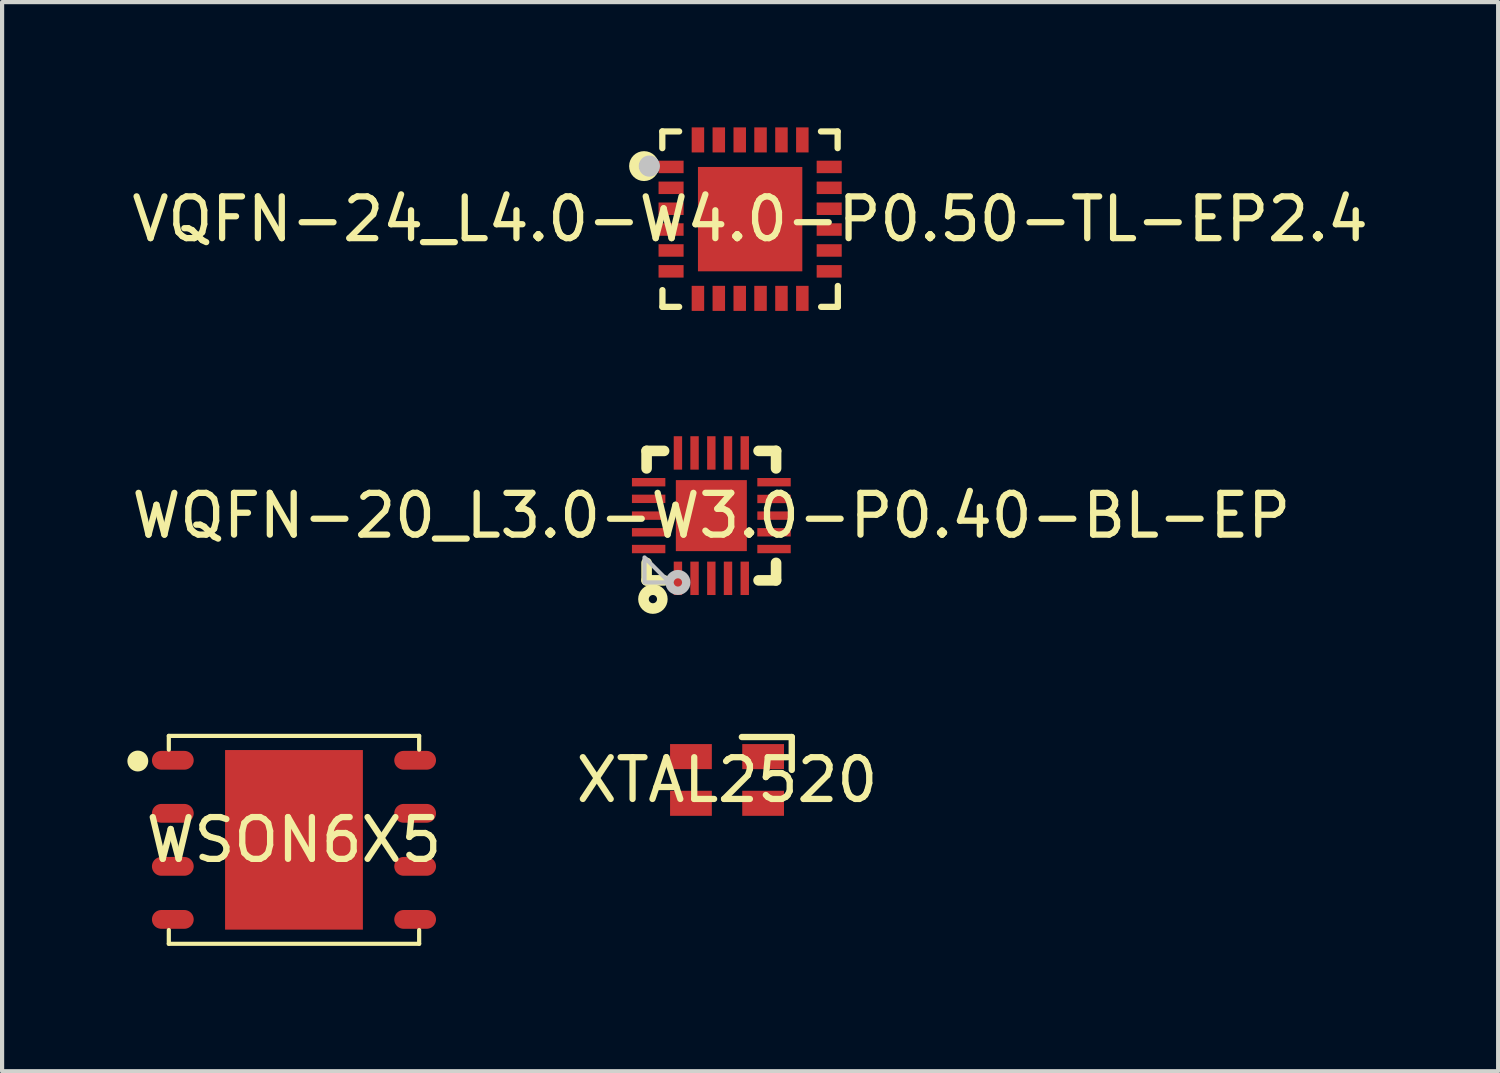
<source format=kicad_pcb>
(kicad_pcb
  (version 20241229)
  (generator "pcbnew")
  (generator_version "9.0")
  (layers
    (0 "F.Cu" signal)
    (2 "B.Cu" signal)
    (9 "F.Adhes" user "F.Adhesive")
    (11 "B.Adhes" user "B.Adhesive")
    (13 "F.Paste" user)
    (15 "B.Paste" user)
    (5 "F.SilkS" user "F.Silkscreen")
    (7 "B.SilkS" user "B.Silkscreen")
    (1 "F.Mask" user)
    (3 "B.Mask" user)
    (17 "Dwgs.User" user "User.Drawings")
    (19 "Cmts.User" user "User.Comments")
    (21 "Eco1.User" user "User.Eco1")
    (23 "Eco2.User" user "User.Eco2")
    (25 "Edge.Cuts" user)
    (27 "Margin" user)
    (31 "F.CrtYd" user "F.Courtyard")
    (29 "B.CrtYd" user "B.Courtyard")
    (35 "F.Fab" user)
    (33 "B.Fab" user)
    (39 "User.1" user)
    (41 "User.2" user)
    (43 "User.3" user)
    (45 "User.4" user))
  (footprint "XTAL2520"
    (layer "F.Cu")
    (at 14.358 15.625)
    (property "Reference" "XTAL2520" (at 0 0 0) (layer "F.SilkS") (effects (font (size 1 1) (thickness 0.15))))
    (fp_line (start 1.55 -1.028) (end 0.355 -1.028) (stroke (width 0.152) (type default)) (layer "F.SilkS"))
    (fp_line (start 1.55 -0.241) (end 1.55 -1.028) (stroke (width 0.152) (type default)) (layer "F.SilkS"))
    (pad "1" smd rect (at 0.864 -0.559 180) (size 1 0.6) (layers "F.Cu" "F.Mask" "F.Paste"))
    (pad "2" smd rect (at -0.864 -0.559 180) (size 1 0.6) (layers "F.Cu" "F.Mask" "F.Paste"))
    (pad "3" smd rect (at -0.864 0.559 180) (size 1 0.6) (layers "F.Cu" "F.Mask" "F.Paste"))
    (pad "4" smd rect (at 0.864 0.559 180) (size 1 0.6) (layers "F.Cu" "F.Mask" "F.Paste")))
  (footprint "WQFN-20_L3.0-W3.0-P0.40-BL-EP"
    (layer "F.Cu")
    (at 13.982 9.296)
    (property "Reference" "WQFN-20_L3.0-W3.0-P0.40-BL-EP" (at 0 0 0) (layer "F.SilkS") (effects (font (size 1 1) (thickness 0.15))))
    (fp_line (start -1.55 -1.131) (end -1.55 -1.55) (stroke (width 0.254) (type default)) (layer "F.SilkS"))
    (fp_line (start -1.55 1.55) (end -1.55 1.131) (stroke (width 0.254) (type default)) (layer "F.SilkS"))
    (fp_line (start -1.55 1.55) (end -1.131 1.55) (stroke (width 0.254) (type default)) (layer "F.SilkS"))
    (fp_line (start -1.131 -1.55) (end -1.55 -1.55) (stroke (width 0.254) (type default)) (layer "F.SilkS"))
    (fp_line (start 1.131 1.55) (end 1.55 1.55) (stroke (width 0.254) (type default)) (layer "F.SilkS"))
    (fp_line (start 1.55 -1.55) (end 1.131 -1.55) (stroke (width 0.254) (type default)) (layer "F.SilkS"))
    (fp_line (start 1.55 -1.55) (end 1.55 -1.131) (stroke (width 0.254) (type default)) (layer "F.SilkS"))
    (fp_line (start 1.55 1.131) (end 1.55 1.55) (stroke (width 0.254) (type default)) (layer "F.SilkS"))
    (fp_circle (center -1.399 1.999) (end -1.3 1.999) (stroke (width 0.254) (type default)) (fill no) (layer "F.SilkS"))
    (fp_circle (center -0.8 1.6) (end -0.701 1.6) (stroke (width 0.201) (type default)) (fill no) (layer "Dwgs.User"))
    (fp_poly (pts (xy -1.6 1.6) (xy -1.6 1.001) (xy -1.001 1.6)) (stroke (width 0.1) (type default)) (fill no) (layer "Dwgs.User"))
    (fp_poly (pts (xy -1.501 -0.701) (xy -1.501 -0.899) (xy -1.1 -0.899) (xy -1.1 -0.701)) (stroke (width 0.1) (type default)) (fill no) (layer "User.1"))
    (fp_poly (pts (xy -1.501 -0.299) (xy -1.501 -0.5) (xy -1.1 -0.5) (xy -1.1 -0.299)) (stroke (width 0.1) (type default)) (fill no) (layer "User.1"))
    (fp_poly (pts (xy -1.501 0.099) (xy -1.501 -0.099) (xy -1.1 -0.099) (xy -1.1 0.099)) (stroke (width 0.1) (type default)) (fill no) (layer "User.1"))
    (fp_poly (pts (xy -1.501 0.5) (xy -1.501 0.299) (xy -1.1 0.299) (xy -1.1 0.5)) (stroke (width 0.1) (type default)) (fill no) (layer "User.1"))
    (fp_poly (pts (xy -1.501 0.899) (xy -1.501 0.701) (xy -1.1 0.701) (xy -1.1 0.899)) (stroke (width 0.1) (type default)) (fill no) (layer "User.1"))
    (fp_poly (pts (xy -0.851 0.851) (xy -0.851 -0.851) (xy 0.851 -0.851) (xy 0.851 0.851)) (stroke (width 0.1) (type default)) (fill no) (layer "User.1"))
    (fp_poly (pts (xy -0.701 -1.1) (xy -0.899 -1.1) (xy -0.899 -1.501) (xy -0.701 -1.501)) (stroke (width 0.1) (type default)) (fill no) (layer "User.1"))
    (fp_poly (pts (xy -0.701 1.498) (xy -0.899 1.498) (xy -0.899 1.1) (xy -0.701 1.1)) (stroke (width 0.1) (type default)) (fill no) (layer "User.1"))
    (fp_poly (pts (xy -0.299 -1.1) (xy -0.5 -1.1) (xy -0.5 -1.501) (xy -0.299 -1.501)) (stroke (width 0.1) (type default)) (fill no) (layer "User.1"))
    (fp_poly (pts (xy -0.299 1.498) (xy -0.5 1.498) (xy -0.5 1.1) (xy -0.299 1.1)) (stroke (width 0.1) (type default)) (fill no) (layer "User.1"))
    (fp_poly (pts (xy 0.099 -1.1) (xy -0.099 -1.1) (xy -0.099 -1.501) (xy 0.099 -1.501)) (stroke (width 0.1) (type default)) (fill no) (layer "User.1"))
    (fp_poly (pts (xy 0.099 1.498) (xy -0.099 1.498) (xy -0.099 1.1) (xy 0.099 1.1)) (stroke (width 0.1) (type default)) (fill no) (layer "User.1"))
    (fp_poly (pts (xy 0.5 -1.1) (xy 0.299 -1.1) (xy 0.299 -1.501) (xy 0.5 -1.501)) (stroke (width 0.1) (type default)) (fill no) (layer "User.1"))
    (fp_poly (pts (xy 0.5 1.498) (xy 0.299 1.498) (xy 0.299 1.1) (xy 0.5 1.1)) (stroke (width 0.1) (type default)) (fill no) (layer "User.1"))
    (fp_poly (pts (xy 0.899 -1.1) (xy 0.701 -1.1) (xy 0.701 -1.501) (xy 0.899 -1.501)) (stroke (width 0.1) (type default)) (fill no) (layer "User.1"))
    (fp_poly (pts (xy 0.899 1.498) (xy 0.701 1.498) (xy 0.701 1.1) (xy 0.899 1.1)) (stroke (width 0.1) (type default)) (fill no) (layer "User.1"))
    (fp_poly (pts (xy 1.501 -0.899) (xy 1.501 -0.701) (xy 1.1 -0.701) (xy 1.1 -0.899)) (stroke (width 0.1) (type default)) (fill no) (layer "User.1"))
    (fp_poly (pts (xy 1.501 -0.5) (xy 1.501 -0.299) (xy 1.1 -0.299) (xy 1.1 -0.5)) (stroke (width 0.1) (type default)) (fill no) (layer "User.1"))
    (fp_poly (pts (xy 1.501 -0.099) (xy 1.501 0.099) (xy 1.1 0.099) (xy 1.1 -0.099)) (stroke (width 0.1) (type default)) (fill no) (layer "User.1"))
    (fp_poly (pts (xy 1.501 0.299) (xy 1.501 0.5) (xy 1.1 0.5) (xy 1.1 0.299)) (stroke (width 0.1) (type default)) (fill no) (layer "User.1"))
    (fp_poly (pts (xy 1.501 0.701) (xy 1.501 0.899) (xy 1.1 0.899) (xy 1.1 0.701)) (stroke (width 0.1) (type default)) (fill no) (layer "User.1"))
    (fp_line (start -1.501 -1.501) (end 1.501 -1.501) (stroke (width 0.051) (type default)) (layer "User.2"))
    (fp_line (start -1.501 1.498) (end -1.501 -1.501) (stroke (width 0.051) (type default)) (layer "User.2"))
    (fp_line (start 1.501 -1.501) (end 1.501 1.498) (stroke (width 0.051) (type default)) (layer "User.2"))
    (fp_line (start 1.501 1.498) (end -1.501 1.498) (stroke (width 0.051) (type default)) (layer "User.2"))
    (fp_poly (pts (xy -1.44 1.498) (xy -1.458 1.455) (xy -1.501 1.438) (xy -1.544 1.455) (xy -1.562 1.498) (xy -1.544 1.542) (xy -1.501 1.56) (xy -1.458 1.542)) (stroke (width 0.1) (type default)) (fill no) (layer "User.3"))
    (pad "1" smd rect (at -0.8 1.501 180) (size 0.201 0.8) (layers "F.Cu" "F.Mask" "F.Paste"))
    (pad "2" smd rect (at -0.402 1.501 180) (size 0.201 0.8) (layers "F.Cu" "F.Mask" "F.Paste"))
    (pad "3" smd rect (at 0 1.501 180) (size 0.201 0.8) (layers "F.Cu" "F.Mask" "F.Paste"))
    (pad "4" smd rect (at 0.399 1.501 180) (size 0.201 0.8) (layers "F.Cu" "F.Mask" "F.Paste"))
    (pad "5" smd rect (at 0.8 1.501 180) (size 0.201 0.8) (layers "F.Cu" "F.Mask" "F.Paste"))
    (pad "6" smd rect (at 1.501 0.8 90) (size 0.201 0.8) (layers "F.Cu" "F.Mask" "F.Paste"))
    (pad "7" smd rect (at 1.501 0.399 90) (size 0.201 0.8) (layers "F.Cu" "F.Mask" "F.Paste"))
    (pad "8" smd rect (at 1.501 0 90) (size 0.201 0.8) (layers "F.Cu" "F.Mask" "F.Paste"))
    (pad "9" smd rect (at 1.501 -0.399 90) (size 0.201 0.8) (layers "F.Cu" "F.Mask" "F.Paste"))
    (pad "10" smd rect (at 1.501 -0.8 90) (size 0.201 0.8) (layers "F.Cu" "F.Mask" "F.Paste"))
    (pad "11" smd rect (at 0.8 -1.501 180) (size 0.201 0.8) (layers "F.Cu" "F.Mask" "F.Paste"))
    (pad "12" smd rect (at 0.399 -1.501 180) (size 0.201 0.8) (layers "F.Cu" "F.Mask" "F.Paste"))
    (pad "13" smd rect (at 0 -1.501 180) (size 0.201 0.8) (layers "F.Cu" "F.Mask" "F.Paste"))
    (pad "14" smd rect (at -0.402 -1.501 180) (size 0.201 0.8) (layers "F.Cu" "F.Mask" "F.Paste"))
    (pad "15" smd rect (at -0.8 -1.501 180) (size 0.201 0.8) (layers "F.Cu" "F.Mask" "F.Paste"))
    (pad "16" smd rect (at -1.501 -0.8 270) (size 0.201 0.8) (layers "F.Cu" "F.Mask" "F.Paste"))
    (pad "17" smd rect (at -1.501 -0.402 270) (size 0.201 0.8) (layers "F.Cu" "F.Mask" "F.Paste"))
    (pad "18" smd rect (at -1.501 0 270) (size 0.201 0.8) (layers "F.Cu" "F.Mask" "F.Paste"))
    (pad "19" smd rect (at -1.501 0.399 270) (size 0.201 0.8) (layers "F.Cu" "F.Mask" "F.Paste"))
    (pad "20" smd rect (at -1.501 0.8 270) (size 0.201 0.8) (layers "F.Cu" "F.Mask" "F.Paste"))
    (pad "21" smd rect (at 0 0 270) (size 1.7 1.7) (layers "F.Cu" "F.Mask" "F.Paste")))
  (footprint "VQFN-24_L4.0-W4.0-P0.50-TL-EP2.4"
    (layer "F.Cu")
    (at 14.911 2.197)
    (property "Reference" "VQFN-24_L4.0-W4.0-P0.50-TL-EP2.4" (at 0 0 0) (layer "F.SilkS") (effects (font (size 1 1) (thickness 0.15))))
    (fp_line (start -2.103 -2.1) (end -1.7 -2.1) (stroke (width 0.15) (type default)) (layer "F.SilkS"))
    (fp_line (start -2.103 -1.7) (end -2.103 -2.1) (stroke (width 0.15) (type default)) (layer "F.SilkS"))
    (fp_line (start -2.1 1.7) (end -2.1 2.1) (stroke (width 0.15) (type default)) (layer "F.SilkS"))
    (fp_line (start -2.1 2.1) (end -1.7 2.1) (stroke (width 0.15) (type default)) (layer "F.SilkS"))
    (fp_line (start 1.696 -2.1) (end 2.095 -2.1) (stroke (width 0.15) (type default)) (layer "F.SilkS"))
    (fp_line (start 2.095 -2.1) (end 2.095 -1.7) (stroke (width 0.15) (type default)) (layer "F.SilkS"))
    (fp_line (start 2.1 1.6) (end 2.1 2.1) (stroke (width 0.15) (type default)) (layer "F.SilkS"))
    (fp_line (start 2.1 2.1) (end 1.7 2.1) (stroke (width 0.15) (type default)) (layer "F.SilkS"))
    (fp_circle (center -2.54 -1.27) (end -2.421 -1.27) (stroke (width 0.239) (type default)) (fill no) (layer "F.SilkS"))
    (fp_circle (center -2.413 -1.27) (end -2.286 -1.27) (stroke (width 0.254) (type default)) (fill no) (layer "Dwgs.User"))
    (fp_poly (pts (xy -1.999 -1.374) (xy -1.6 -1.374) (xy -1.6 -1.123) (xy -1.999 -1.123)) (stroke (width 0.1) (type default)) (fill no) (layer "User.1"))
    (fp_poly (pts (xy -1.999 -0.874) (xy -1.6 -0.874) (xy -1.6 -0.623) (xy -1.999 -0.623)) (stroke (width 0.1) (type default)) (fill no) (layer "User.1"))
    (fp_poly (pts (xy -1.999 -0.373) (xy -1.6 -0.373) (xy -1.6 -0.124) (xy -1.999 -0.124)) (stroke (width 0.1) (type default)) (fill no) (layer "User.1"))
    (fp_poly (pts (xy -1.999 0.127) (xy -1.6 0.127) (xy -1.6 0.376) (xy -1.999 0.376)) (stroke (width 0.1) (type default)) (fill no) (layer "User.1"))
    (fp_poly (pts (xy -1.999 0.627) (xy -1.6 0.627) (xy -1.6 0.876) (xy -1.999 0.876)) (stroke (width 0.1) (type default)) (fill no) (layer "User.1"))
    (fp_poly (pts (xy -1.999 1.128) (xy -1.6 1.128) (xy -1.6 1.377) (xy -1.999 1.377)) (stroke (width 0.1) (type default)) (fill no) (layer "User.1"))
    (fp_poly (pts (xy -1.374 1.999) (xy -1.374 1.6) (xy -1.125 1.6) (xy -1.125 1.999)) (stroke (width 0.1) (type default)) (fill no) (layer "User.1"))
    (fp_poly (pts (xy -1.25 -1.25) (xy 1.25 -1.25) (xy 1.25 1.25) (xy -1.25 1.25)) (stroke (width 0.1) (type default)) (fill no) (layer "User.1"))
    (fp_poly (pts (xy -1.125 -1.999) (xy -1.125 -1.597) (xy -1.377 -1.597) (xy -1.377 -1.999)) (stroke (width 0.1) (type default)) (fill no) (layer "User.1"))
    (fp_poly (pts (xy -0.876 1.999) (xy -0.876 1.6) (xy -0.625 1.6) (xy -0.625 1.999)) (stroke (width 0.1) (type default)) (fill no) (layer "User.1"))
    (fp_poly (pts (xy -0.627 -1.999) (xy -0.627 -1.597) (xy -0.876 -1.597) (xy -0.876 -1.999)) (stroke (width 0.1) (type default)) (fill no) (layer "User.1"))
    (fp_poly (pts (xy -0.376 1.999) (xy -0.376 1.6) (xy -0.124 1.6) (xy -0.124 1.999)) (stroke (width 0.1) (type default)) (fill no) (layer "User.1"))
    (fp_poly (pts (xy -0.127 -1.999) (xy -0.127 -1.597) (xy -0.376 -1.597) (xy -0.376 -1.999)) (stroke (width 0.1) (type default)) (fill no) (layer "User.1"))
    (fp_poly (pts (xy 0.124 1.999) (xy 0.124 1.6) (xy 0.376 1.6) (xy 0.376 1.999)) (stroke (width 0.1) (type default)) (fill no) (layer "User.1"))
    (fp_poly (pts (xy 0.373 -1.999) (xy 0.373 -1.597) (xy 0.124 -1.597) (xy 0.124 -1.999)) (stroke (width 0.1) (type default)) (fill no) (layer "User.1"))
    (fp_poly (pts (xy 0.625 1.999) (xy 0.625 1.6) (xy 0.876 1.6) (xy 0.876 1.999)) (stroke (width 0.1) (type default)) (fill no) (layer "User.1"))
    (fp_poly (pts (xy 0.874 -1.999) (xy 0.874 -1.597) (xy 0.623 -1.597) (xy 0.623 -1.999)) (stroke (width 0.1) (type default)) (fill no) (layer "User.1"))
    (fp_poly (pts (xy 1.125 1.999) (xy 1.125 1.6) (xy 1.374 1.6) (xy 1.374 1.999)) (stroke (width 0.1) (type default)) (fill no) (layer "User.1"))
    (fp_poly (pts (xy 1.374 -1.999) (xy 1.374 -1.597) (xy 1.123 -1.597) (xy 1.123 -1.999)) (stroke (width 0.1) (type default)) (fill no) (layer "User.1"))
    (fp_poly (pts (xy 1.999 -1.125) (xy 1.597 -1.125) (xy 1.597 -1.374) (xy 1.999 -1.374)) (stroke (width 0.1) (type default)) (fill no) (layer "User.1"))
    (fp_poly (pts (xy 1.999 -0.625) (xy 1.597 -0.625) (xy 1.597 -0.874) (xy 1.999 -0.874)) (stroke (width 0.1) (type default)) (fill no) (layer "User.1"))
    (fp_poly (pts (xy 1.999 -0.124) (xy 1.597 -0.124) (xy 1.597 -0.376) (xy 1.999 -0.376)) (stroke (width 0.1) (type default)) (fill no) (layer "User.1"))
    (fp_poly (pts (xy 1.999 0.376) (xy 1.597 0.376) (xy 1.597 0.124) (xy 1.999 0.124)) (stroke (width 0.1) (type default)) (fill no) (layer "User.1"))
    (fp_poly (pts (xy 1.999 0.876) (xy 1.597 0.876) (xy 1.597 0.625) (xy 1.999 0.625)) (stroke (width 0.1) (type default)) (fill no) (layer "User.1"))
    (fp_poly (pts (xy 1.999 1.374) (xy 1.597 1.374) (xy 1.597 1.125) (xy 1.999 1.125)) (stroke (width 0.1) (type default)) (fill no) (layer "User.1"))
    (fp_line (start -1.999 -1.999) (end 1.999 -1.999) (stroke (width 0.051) (type default)) (layer "User.2"))
    (fp_line (start -1.999 1.999) (end -1.999 -1.999) (stroke (width 0.051) (type default)) (layer "User.2"))
    (fp_line (start 1.999 -1.999) (end 1.999 1.999) (stroke (width 0.051) (type default)) (layer "User.2"))
    (fp_line (start 1.999 1.999) (end -1.999 1.999) (stroke (width 0.051) (type default)) (layer "User.2"))
    (fp_poly (pts (xy -1.938 -1.999) (xy -1.956 -2.042) (xy -1.999 -2.06) (xy -2.042 -2.042) (xy -2.06 -1.999) (xy -2.042 -1.956) (xy -1.999 -1.938) (xy -1.956 -1.956)) (stroke (width 0.1) (type default)) (fill no) (layer "User.3"))
    (pad "1" smd rect (at -1.893 -1.25 90) (size 0.299 0.6) (layers "F.Cu" "F.Mask" "F.Paste"))
    (pad "2" smd rect (at -1.893 -0.75 90) (size 0.299 0.6) (layers "F.Cu" "F.Mask" "F.Paste"))
    (pad "3" smd rect (at -1.893 -0.249 90) (size 0.299 0.6) (layers "F.Cu" "F.Mask" "F.Paste"))
    (pad "4" smd rect (at -1.893 0.249 90) (size 0.299 0.6) (layers "F.Cu" "F.Mask" "F.Paste"))
    (pad "5" smd rect (at -1.893 0.75 90) (size 0.299 0.6) (layers "F.Cu" "F.Mask" "F.Paste"))
    (pad "6" smd rect (at -1.893 1.25 90) (size 0.299 0.6) (layers "F.Cu" "F.Mask" "F.Paste"))
    (pad "7" smd rect (at -1.25 1.897 180) (size 0.299 0.6) (layers "F.Cu" "F.Mask" "F.Paste"))
    (pad "8" smd rect (at -0.75 1.897 180) (size 0.299 0.6) (layers "F.Cu" "F.Mask" "F.Paste"))
    (pad "9" smd rect (at -0.249 1.897 180) (size 0.299 0.6) (layers "F.Cu" "F.Mask" "F.Paste"))
    (pad "10" smd rect (at 0.249 1.897 180) (size 0.299 0.6) (layers "F.Cu" "F.Mask" "F.Paste"))
    (pad "11" smd rect (at 0.75 1.897 180) (size 0.299 0.6) (layers "F.Cu" "F.Mask" "F.Paste"))
    (pad "12" smd rect (at 1.25 1.897 180) (size 0.299 0.6) (layers "F.Cu" "F.Mask" "F.Paste"))
    (pad "13" smd rect (at 1.893 1.25 270) (size 0.299 0.6) (layers "F.Cu" "F.Mask" "F.Paste"))
    (pad "14" smd rect (at 1.893 0.75 270) (size 0.299 0.6) (layers "F.Cu" "F.Mask" "F.Paste"))
    (pad "15" smd rect (at 1.893 0.249 270) (size 0.299 0.6) (layers "F.Cu" "F.Mask" "F.Paste"))
    (pad "16" smd rect (at 1.893 -0.249 270) (size 0.299 0.6) (layers "F.Cu" "F.Mask" "F.Paste"))
    (pad "17" smd rect (at 1.893 -0.75 270) (size 0.299 0.6) (layers "F.Cu" "F.Mask" "F.Paste"))
    (pad "18" smd rect (at 1.893 -1.25 270) (size 0.299 0.6) (layers "F.Cu" "F.Mask" "F.Paste"))
    (pad "19" smd rect (at 1.25 -1.897) (size 0.299 0.6) (layers "F.Cu" "F.Mask" "F.Paste"))
    (pad "20" smd rect (at 0.75 -1.897) (size 0.299 0.6) (layers "F.Cu" "F.Mask" "F.Paste"))
    (pad "21" smd rect (at 0.249 -1.897) (size 0.299 0.6) (layers "F.Cu" "F.Mask" "F.Paste"))
    (pad "22" smd rect (at -0.249 -1.897) (size 0.299 0.6) (layers "F.Cu" "F.Mask" "F.Paste"))
    (pad "23" smd rect (at -0.75 -1.897) (size 0.299 0.6) (layers "F.Cu" "F.Mask" "F.Paste"))
    (pad "24" smd rect (at -1.25 -1.897) (size 0.299 0.6) (layers "F.Cu" "F.Mask" "F.Paste"))
    (pad "25" smd rect (at 0 0) (size 2.499 2.499) (layers "F.Cu" "F.Mask" "F.Paste")))
  (footprint "WSON6X5"
    (layer "F.Cu")
    (at 3.989 17.059)
    (property "Reference" "WSON6X5" (at 0 0 0) (layer "F.SilkS") (effects (font (size 1 1) (thickness 0.15))))
    (fp_line (start -2.997 -2.489) (end -2.997 -2.159) (stroke (width 0.1) (type default)) (layer "F.SilkS"))
    (fp_line (start -2.997 2.159) (end -2.997 2.489) (stroke (width 0.1) (type default)) (layer "F.SilkS"))
    (fp_line (start 2.997 -2.489) (end -2.997 -2.489) (stroke (width 0.1) (type default)) (layer "F.SilkS"))
    (fp_line (start 2.997 -2.489) (end 2.997 -2.159) (stroke (width 0.1) (type default)) (layer "F.SilkS"))
    (fp_line (start 2.997 2.159) (end 2.997 2.489) (stroke (width 0.1) (type default)) (layer "F.SilkS"))
    (fp_line (start 2.997 2.489) (end -2.997 2.489) (stroke (width 0.1) (type default)) (layer "F.SilkS"))
    (fp_circle (center -3.739 -1.887) (end -3.614 -1.887) (stroke (width 0.25) (type default)) (fill no) (layer "F.SilkS"))
    (fp_line (start 0 -0.5) (end 0 0.5) (stroke (width 0.1) (type default)) (layer "User.1"))
    (fp_line (start 0.5 0) (end -0.5 0) (stroke (width 0.1) (type default)) (layer "User.1"))
    (pad "1" smd oval (at -2.901 -1.905 90) (size 0.45 1) (layers "F.Cu" "F.Mask" "F.Paste"))
    (pad "2" smd oval (at -2.901 -0.635 90) (size 0.45 1) (layers "F.Cu" "F.Mask" "F.Paste"))
    (pad "3" smd oval (at -2.901 0.635 90) (size 0.45 1) (layers "F.Cu" "F.Mask" "F.Paste"))
    (pad "4" smd oval (at -2.901 1.905 90) (size 0.45 1) (layers "F.Cu" "F.Mask" "F.Paste"))
    (pad "4" smd rect (at 0 0) (size 3.3 4.3) (layers "F.Cu" "F.Mask" "F.Paste"))
    (pad "5" smd oval (at 2.901 1.905 90) (size 0.45 1) (layers "F.Cu" "F.Mask" "F.Paste"))
    (pad "6" smd oval (at 2.901 0.635 90) (size 0.45 1) (layers "F.Cu" "F.Mask" "F.Paste"))
    (pad "7" smd oval (at 2.901 -0.635 90) (size 0.45 1) (layers "F.Cu" "F.Mask" "F.Paste"))
    (pad "8" smd oval (at 2.901 -1.905 90) (size 0.45 1) (layers "F.Cu" "F.Mask" "F.Paste")))
  (gr_rect
    (start -3 -3)
    (end 32.821 22.599)
    (stroke (width 0.1) (type default))
    (fill no)
    (layer "Edge.Cuts")))
</source>
